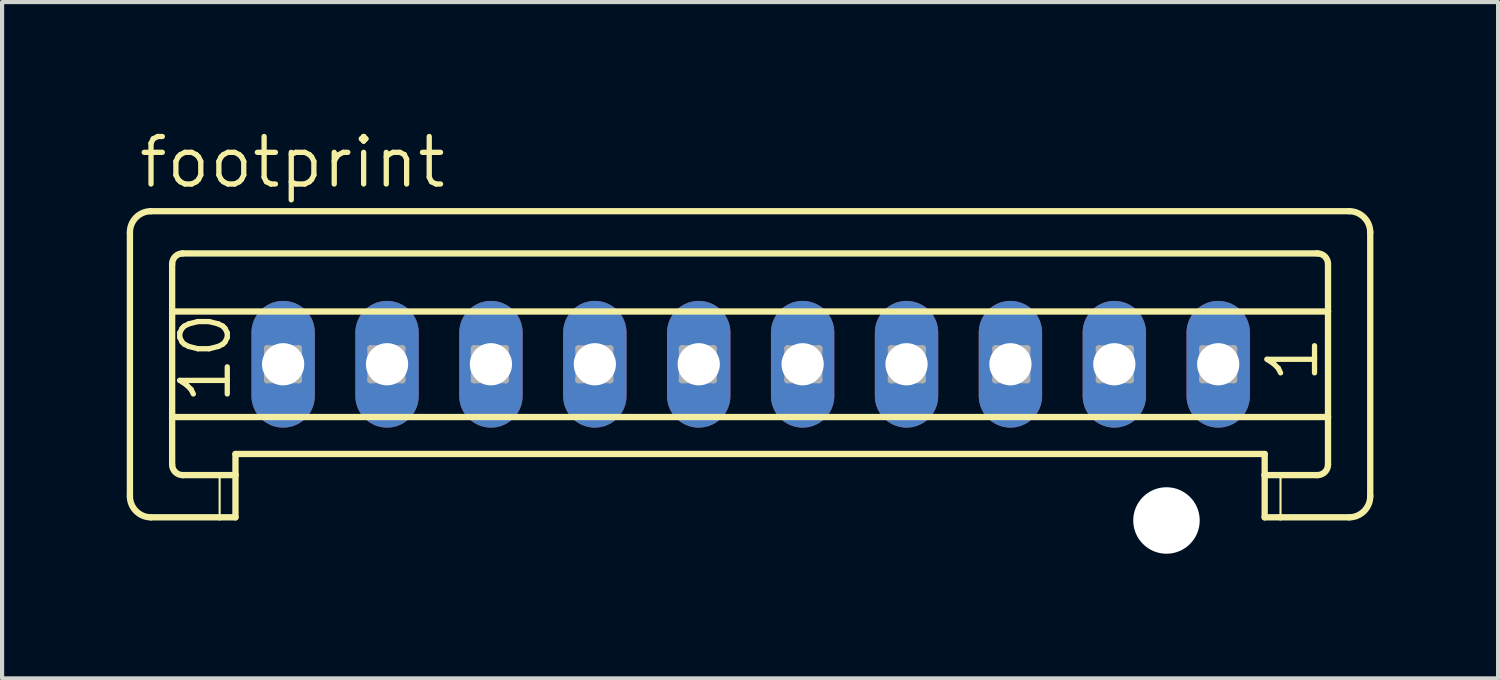
<source format=kicad_pcb>
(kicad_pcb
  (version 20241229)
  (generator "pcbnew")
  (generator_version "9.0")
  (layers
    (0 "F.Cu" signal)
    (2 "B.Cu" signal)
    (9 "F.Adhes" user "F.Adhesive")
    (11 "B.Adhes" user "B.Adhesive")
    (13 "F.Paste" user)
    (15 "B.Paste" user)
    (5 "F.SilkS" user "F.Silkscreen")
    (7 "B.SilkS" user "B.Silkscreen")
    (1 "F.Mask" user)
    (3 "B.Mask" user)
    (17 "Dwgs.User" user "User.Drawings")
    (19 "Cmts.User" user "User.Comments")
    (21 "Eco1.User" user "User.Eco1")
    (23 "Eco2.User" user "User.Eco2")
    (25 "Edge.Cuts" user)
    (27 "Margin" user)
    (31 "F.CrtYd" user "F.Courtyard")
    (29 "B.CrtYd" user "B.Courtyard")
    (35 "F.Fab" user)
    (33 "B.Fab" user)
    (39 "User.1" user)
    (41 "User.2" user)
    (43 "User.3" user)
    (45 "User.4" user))
  (footprint "footprint"
    (layer "F.Cu")
    (at 15.013 5.715)
    (property "Reference" "footprint" (at -14.785 -4.191 0) (layer "F.SilkS") (effects (font (size 1.143 1.143) (thickness 0.127)) (justify left bottom)))
    (fp_line (start -14.937 -3.175) (end -14.937 3.175) (stroke (width 0.152) (type solid)) (layer "F.SilkS"))
    (fp_line (start -14.429 -3.683) (end 14.4 -3.683) (stroke (width 0.152) (type solid)) (layer "F.SilkS"))
    (fp_line (start -13.921 -1.27) (end -13.921 -2.413) (stroke (width 0.152) (type solid)) (layer "F.SilkS"))
    (fp_line (start -13.921 -1.27) (end 13.892 -1.27) (stroke (width 0.152) (type solid)) (layer "F.SilkS"))
    (fp_line (start -13.921 1.27) (end -13.921 -1.27) (stroke (width 0.152) (type solid)) (layer "F.SilkS"))
    (fp_line (start -13.921 1.27) (end 13.892 1.27) (stroke (width 0.152) (type solid)) (layer "F.SilkS"))
    (fp_line (start -13.921 2.413) (end -13.921 1.27) (stroke (width 0.152) (type solid)) (layer "F.SilkS"))
    (fp_line (start -13.667 -2.667) (end 13.638 -2.667) (stroke (width 0.152) (type solid)) (layer "F.SilkS"))
    (fp_line (start -13.667 2.667) (end -12.778 2.667) (stroke (width 0.152) (type solid)) (layer "F.SilkS"))
    (fp_line (start -12.778 2.667) (end -12.778 3.683) (stroke (width 0.051) (type solid)) (layer "F.SilkS"))
    (fp_line (start -12.778 2.667) (end -12.397 2.667) (stroke (width 0.152) (type solid)) (layer "F.SilkS"))
    (fp_line (start -12.778 3.683) (end -14.429 3.683) (stroke (width 0.152) (type solid)) (layer "F.SilkS"))
    (fp_line (start -12.397 2.159) (end 12.368 2.159) (stroke (width 0.152) (type solid)) (layer "F.SilkS"))
    (fp_line (start -12.397 2.667) (end -12.397 2.159) (stroke (width 0.152) (type solid)) (layer "F.SilkS"))
    (fp_line (start -12.397 2.667) (end -12.397 3.683) (stroke (width 0.152) (type solid)) (layer "F.SilkS"))
    (fp_line (start -12.397 3.683) (end -12.778 3.683) (stroke (width 0.152) (type solid)) (layer "F.SilkS"))
    (fp_line (start 12.368 2.667) (end 12.368 2.159) (stroke (width 0.152) (type solid)) (layer "F.SilkS"))
    (fp_line (start 12.368 2.667) (end 12.749 2.667) (stroke (width 0.152) (type solid)) (layer "F.SilkS"))
    (fp_line (start 12.368 3.683) (end 12.368 2.667) (stroke (width 0.152) (type solid)) (layer "F.SilkS"))
    (fp_line (start 12.749 2.667) (end 12.749 3.683) (stroke (width 0.051) (type solid)) (layer "F.SilkS"))
    (fp_line (start 12.749 2.667) (end 13.638 2.667) (stroke (width 0.152) (type solid)) (layer "F.SilkS"))
    (fp_line (start 12.749 3.683) (end 12.368 3.683) (stroke (width 0.152) (type solid)) (layer "F.SilkS"))
    (fp_line (start 13.892 -1.27) (end 13.892 -2.413) (stroke (width 0.152) (type solid)) (layer "F.SilkS"))
    (fp_line (start 13.892 1.27) (end 13.892 -1.27) (stroke (width 0.152) (type solid)) (layer "F.SilkS"))
    (fp_line (start 13.892 2.413) (end 13.892 1.27) (stroke (width 0.152) (type solid)) (layer "F.SilkS"))
    (fp_line (start 14.4 3.683) (end 12.749 3.683) (stroke (width 0.152) (type solid)) (layer "F.SilkS"))
    (fp_line (start 14.908 -3.175) (end 14.908 3.175) (stroke (width 0.152) (type solid)) (layer "F.SilkS"))
    (fp_arc (start -14.937 -3.175) (mid -14.78821 -3.53421) (end -14.429 -3.683) (stroke (width 0.1524) (type solid)) (layer "F.SilkS"))
    (fp_arc (start -14.429 3.683) (mid -14.78821 3.53421) (end -14.937 3.175) (stroke (width 0.1524) (type solid)) (layer "F.SilkS"))
    (fp_arc (start -13.921 -2.413) (mid -13.846605 -2.592605) (end -13.667 -2.667) (stroke (width 0.1524) (type solid)) (layer "F.SilkS"))
    (fp_arc (start -13.667 2.667) (mid -13.846605 2.592605) (end -13.921 2.413) (stroke (width 0.1524) (type solid)) (layer "F.SilkS"))
    (fp_arc (start 13.638 -2.667) (mid 13.817605 -2.592605) (end 13.892 -2.413) (stroke (width 0.1524) (type solid)) (layer "F.SilkS"))
    (fp_arc (start 13.892 2.413) (mid 13.817605 2.592605) (end 13.638 2.667) (stroke (width 0.1524) (type solid)) (layer "F.SilkS"))
    (fp_arc (start 14.4 -3.683) (mid 14.75921 -3.53421) (end 14.908 -3.175) (stroke (width 0.1524) (type solid)) (layer "F.SilkS"))
    (fp_arc (start 14.908 3.175) (mid 14.75921 3.53421) (end 14.4 3.683) (stroke (width 0.1524) (type solid)) (layer "F.SilkS"))
    (fp_line (start -11.635 -0.381) (end -11.635 0.381) (stroke (width 0.152) (type solid)) (layer "F.Fab"))
    (fp_line (start -11.635 -0.381) (end -10.873 0.381) (stroke (width 0.152) (type solid)) (layer "F.Fab"))
    (fp_line (start -11.635 0.381) (end -10.873 0.381) (stroke (width 0.152) (type solid)) (layer "F.Fab"))
    (fp_line (start -10.873 -0.381) (end -11.635 -0.381) (stroke (width 0.152) (type solid)) (layer "F.Fab"))
    (fp_line (start -10.873 -0.381) (end -11.635 0.381) (stroke (width 0.152) (type solid)) (layer "F.Fab"))
    (fp_line (start -10.873 0.381) (end -10.873 -0.381) (stroke (width 0.152) (type solid)) (layer "F.Fab"))
    (fp_line (start -9.146 -0.381) (end -9.146 0.381) (stroke (width 0.152) (type solid)) (layer "F.Fab"))
    (fp_line (start -9.146 -0.381) (end -8.384 0.381) (stroke (width 0.152) (type solid)) (layer "F.Fab"))
    (fp_line (start -9.146 0.381) (end -8.384 0.381) (stroke (width 0.152) (type solid)) (layer "F.Fab"))
    (fp_line (start -8.384 -0.381) (end -9.146 -0.381) (stroke (width 0.152) (type solid)) (layer "F.Fab"))
    (fp_line (start -8.384 -0.381) (end -9.146 0.381) (stroke (width 0.152) (type solid)) (layer "F.Fab"))
    (fp_line (start -8.384 0.381) (end -8.384 -0.381) (stroke (width 0.152) (type solid)) (layer "F.Fab"))
    (fp_line (start -6.657 -0.381) (end -6.657 0.381) (stroke (width 0.152) (type solid)) (layer "F.Fab"))
    (fp_line (start -6.657 -0.381) (end -5.895 0.381) (stroke (width 0.152) (type solid)) (layer "F.Fab"))
    (fp_line (start -6.657 0.381) (end -5.895 0.381) (stroke (width 0.152) (type solid)) (layer "F.Fab"))
    (fp_line (start -5.895 -0.381) (end -6.657 -0.381) (stroke (width 0.152) (type solid)) (layer "F.Fab"))
    (fp_line (start -5.895 -0.381) (end -6.657 0.381) (stroke (width 0.152) (type solid)) (layer "F.Fab"))
    (fp_line (start -5.895 0.381) (end -5.895 -0.381) (stroke (width 0.152) (type solid)) (layer "F.Fab"))
    (fp_line (start -4.142 -0.381) (end -4.142 0.381) (stroke (width 0.152) (type solid)) (layer "F.Fab"))
    (fp_line (start -4.142 -0.381) (end -3.38 0.381) (stroke (width 0.152) (type solid)) (layer "F.Fab"))
    (fp_line (start -4.142 0.381) (end -3.38 0.381) (stroke (width 0.152) (type solid)) (layer "F.Fab"))
    (fp_line (start -3.38 -0.381) (end -4.142 -0.381) (stroke (width 0.152) (type solid)) (layer "F.Fab"))
    (fp_line (start -3.38 -0.381) (end -4.142 0.381) (stroke (width 0.152) (type solid)) (layer "F.Fab"))
    (fp_line (start -3.38 0.381) (end -3.38 -0.381) (stroke (width 0.152) (type solid)) (layer "F.Fab"))
    (fp_line (start -1.653 -0.381) (end -1.653 0.381) (stroke (width 0.152) (type solid)) (layer "F.Fab"))
    (fp_line (start -1.653 -0.381) (end -0.891 0.381) (stroke (width 0.152) (type solid)) (layer "F.Fab"))
    (fp_line (start -1.653 0.381) (end -0.891 0.381) (stroke (width 0.152) (type solid)) (layer "F.Fab"))
    (fp_line (start -0.891 -0.381) (end -1.653 -0.381) (stroke (width 0.152) (type solid)) (layer "F.Fab"))
    (fp_line (start -0.891 -0.381) (end -1.653 0.381) (stroke (width 0.152) (type solid)) (layer "F.Fab"))
    (fp_line (start -0.891 0.381) (end -0.891 -0.381) (stroke (width 0.152) (type solid)) (layer "F.Fab"))
    (fp_line (start 0.887 -0.381) (end 0.887 0.381) (stroke (width 0.152) (type solid)) (layer "F.Fab"))
    (fp_line (start 0.887 -0.381) (end 1.649 0.381) (stroke (width 0.152) (type solid)) (layer "F.Fab"))
    (fp_line (start 0.887 0.381) (end 1.649 0.381) (stroke (width 0.152) (type solid)) (layer "F.Fab"))
    (fp_line (start 1.649 -0.381) (end 0.887 -0.381) (stroke (width 0.152) (type solid)) (layer "F.Fab"))
    (fp_line (start 1.649 -0.381) (end 0.887 0.381) (stroke (width 0.152) (type solid)) (layer "F.Fab"))
    (fp_line (start 1.649 0.381) (end 1.649 -0.381) (stroke (width 0.152) (type solid)) (layer "F.Fab"))
    (fp_line (start 3.376 -0.381) (end 3.376 0.381) (stroke (width 0.152) (type solid)) (layer "F.Fab"))
    (fp_line (start 3.376 -0.381) (end 4.138 0.381) (stroke (width 0.152) (type solid)) (layer "F.Fab"))
    (fp_line (start 3.376 0.381) (end 4.138 0.381) (stroke (width 0.152) (type solid)) (layer "F.Fab"))
    (fp_line (start 4.138 -0.381) (end 3.376 -0.381) (stroke (width 0.152) (type solid)) (layer "F.Fab"))
    (fp_line (start 4.138 -0.381) (end 3.376 0.381) (stroke (width 0.152) (type solid)) (layer "F.Fab"))
    (fp_line (start 4.138 0.381) (end 4.138 -0.381) (stroke (width 0.152) (type solid)) (layer "F.Fab"))
    (fp_line (start 5.891 -0.381) (end 5.891 0.381) (stroke (width 0.152) (type solid)) (layer "F.Fab"))
    (fp_line (start 5.891 -0.381) (end 6.653 0.381) (stroke (width 0.152) (type solid)) (layer "F.Fab"))
    (fp_line (start 5.891 0.381) (end 6.653 0.381) (stroke (width 0.152) (type solid)) (layer "F.Fab"))
    (fp_line (start 6.653 -0.381) (end 5.891 -0.381) (stroke (width 0.152) (type solid)) (layer "F.Fab"))
    (fp_line (start 6.653 -0.381) (end 5.891 0.381) (stroke (width 0.152) (type solid)) (layer "F.Fab"))
    (fp_line (start 6.653 0.381) (end 6.653 -0.381) (stroke (width 0.152) (type solid)) (layer "F.Fab"))
    (fp_line (start 8.38 -0.381) (end 8.38 0.381) (stroke (width 0.152) (type solid)) (layer "F.Fab"))
    (fp_line (start 8.38 -0.381) (end 9.142 0.381) (stroke (width 0.152) (type solid)) (layer "F.Fab"))
    (fp_line (start 8.38 0.381) (end 9.142 0.381) (stroke (width 0.152) (type solid)) (layer "F.Fab"))
    (fp_line (start 9.142 -0.381) (end 8.38 -0.381) (stroke (width 0.152) (type solid)) (layer "F.Fab"))
    (fp_line (start 9.142 -0.381) (end 8.38 0.381) (stroke (width 0.152) (type solid)) (layer "F.Fab"))
    (fp_line (start 9.142 0.381) (end 9.142 -0.381) (stroke (width 0.152) (type solid)) (layer "F.Fab"))
    (fp_line (start 10.869 -0.381) (end 10.869 0.381) (stroke (width 0.152) (type solid)) (layer "F.Fab"))
    (fp_line (start 10.869 -0.381) (end 11.631 0.381) (stroke (width 0.152) (type solid)) (layer "F.Fab"))
    (fp_line (start 10.869 0.381) (end 11.631 0.381) (stroke (width 0.152) (type solid)) (layer "F.Fab"))
    (fp_line (start 11.631 -0.381) (end 10.869 -0.381) (stroke (width 0.152) (type solid)) (layer "F.Fab"))
    (fp_line (start 11.631 -0.381) (end 10.869 0.381) (stroke (width 0.152) (type solid)) (layer "F.Fab"))
    (fp_line (start 11.631 0.381) (end 11.631 -0.381) (stroke (width 0.152) (type solid)) (layer "F.Fab"))
    (fp_text user "1" (at 13.714 0.508 90) (layer "F.SilkS") (effects (font (size 1.143 1.143) (thickness 0.127)) (justify left bottom)))
    (fp_text user "10" (at -12.448 1.016 90) (layer "F.SilkS") (effects (font (size 1.143 1.143) (thickness 0.127)) (justify left bottom)))
    (pad "" np_thru_hole circle (at 10.005 3.759) (size 1.6 1.6) (drill 1.6) (layers "*.Cu" "*.Mask"))
    (pad "1" thru_hole oval (at 11.25 0 90) (size 3.048 1.524) (drill 1.016) (layers "*.Cu" "*.Mask"))
    (pad "2" thru_hole oval (at 8.75 0 90) (size 3.048 1.524) (drill 1.016) (layers "*.Cu" "*.Mask"))
    (pad "3" thru_hole oval (at 6.25 0 90) (size 3.048 1.524) (drill 1.016) (layers "*.Cu" "*.Mask"))
    (pad "4" thru_hole oval (at 3.75 0 90) (size 3.048 1.524) (drill 1.016) (layers "*.Cu" "*.Mask"))
    (pad "5" thru_hole oval (at 1.25 0 90) (size 3.048 1.524) (drill 1.016) (layers "*.Cu" "*.Mask"))
    (pad "6" thru_hole oval (at -1.25 0 90) (size 3.048 1.524) (drill 1.016) (layers "*.Cu" "*.Mask"))
    (pad "7" thru_hole oval (at -3.75 0 90) (size 3.048 1.524) (drill 1.016) (layers "*.Cu" "*.Mask"))
    (pad "8" thru_hole oval (at -6.25 0 90) (size 3.048 1.524) (drill 1.016) (layers "*.Cu" "*.Mask"))
    (pad "9" thru_hole oval (at -8.75 0 90) (size 3.048 1.524) (drill 1.016) (layers "*.Cu" "*.Mask"))
    (pad "10" thru_hole oval (at -11.25 0 90) (size 3.048 1.524) (drill 1.016) (layers "*.Cu" "*.Mask")))
  (gr_rect
    (start -3 -3)
    (end 32.997 13.274)
    (stroke (width 0.1) (type default))
    (fill no)
    (layer "Edge.Cuts")))
</source>
